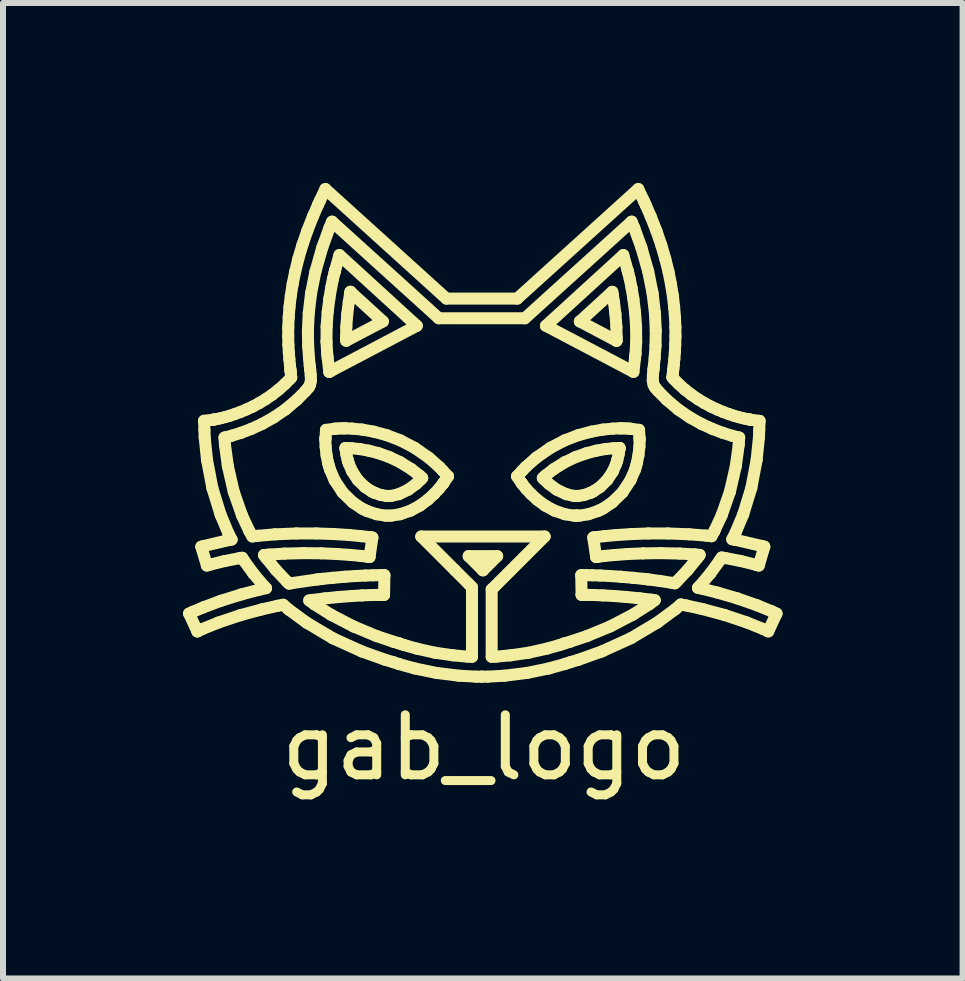
<source format=kicad_pcb>
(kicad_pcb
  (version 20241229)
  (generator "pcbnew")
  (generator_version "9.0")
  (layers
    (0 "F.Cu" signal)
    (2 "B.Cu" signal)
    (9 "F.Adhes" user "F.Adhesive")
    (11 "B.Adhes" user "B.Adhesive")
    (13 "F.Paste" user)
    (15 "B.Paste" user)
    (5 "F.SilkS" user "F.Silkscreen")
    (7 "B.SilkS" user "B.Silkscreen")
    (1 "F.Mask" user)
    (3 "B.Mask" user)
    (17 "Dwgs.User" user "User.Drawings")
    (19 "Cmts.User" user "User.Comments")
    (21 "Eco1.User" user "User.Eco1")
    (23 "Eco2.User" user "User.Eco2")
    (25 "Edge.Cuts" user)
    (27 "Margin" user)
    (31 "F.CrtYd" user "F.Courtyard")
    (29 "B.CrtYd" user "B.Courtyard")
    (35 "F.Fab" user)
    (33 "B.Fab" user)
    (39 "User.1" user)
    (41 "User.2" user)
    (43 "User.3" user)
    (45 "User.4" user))
  (footprint "gab_logo"
    (layer "F.Cu")
    (at 5.012 4.96)
    (property "Reference" "gab_logo" (at 0 4.445 0) (layer "F.SilkS") (effects (font (size 1 1) (thickness 0.15))))
    (attr through_hole)
    (fp_line (start -4.912 2.213) (end -4.773 2.51) (stroke (width 0.2) (type solid)) (layer "F.SilkS"))
    (fp_line (start -4.853 2.185) (end -4.912 2.213) (stroke (width 0.2) (type solid)) (layer "F.SilkS"))
    (fp_line (start -4.773 2.51) (end -4.773 2.51) (stroke (width 0.2) (type solid)) (layer "F.SilkS"))
    (fp_line (start -4.773 2.51) (end -4.687 2.469) (stroke (width 0.2) (type solid)) (layer "F.SilkS"))
    (fp_line (start -4.708 1.099) (end -4.615 1.413) (stroke (width 0.2) (type solid)) (layer "F.SilkS"))
    (fp_line (start -4.687 2.469) (end -4.422 2.362) (stroke (width 0.2) (type solid)) (layer "F.SilkS"))
    (fp_line (start -4.673 2.109) (end -4.853 2.185) (stroke (width 0.2) (type solid)) (layer "F.SilkS"))
    (fp_line (start -4.667 1.087) (end -4.708 1.099) (stroke (width 0.2) (type solid)) (layer "F.SilkS"))
    (fp_line (start -4.662 -0.999) (end -4.656 -0.848) (stroke (width 0.2) (type solid)) (layer "F.SilkS"))
    (fp_line (start -4.656 -0.848) (end -4.652 -0.723) (stroke (width 0.2) (type solid)) (layer "F.SilkS"))
    (fp_line (start -4.652 -0.723) (end -4.613 -0.348) (stroke (width 0.2) (type solid)) (layer "F.SilkS"))
    (fp_line (start -4.615 1.413) (end -4.567 1.399) (stroke (width 0.2) (type solid)) (layer "F.SilkS"))
    (fp_line (start -4.613 -0.348) (end -4.523 0.124) (stroke (width 0.2) (type solid)) (layer "F.SilkS"))
    (fp_line (start -4.567 1.399) (end -4.324 1.339) (stroke (width 0.2) (type solid)) (layer "F.SilkS"))
    (fp_line (start -4.523 0.124) (end -4.386 0.567) (stroke (width 0.2) (type solid)) (layer "F.SilkS"))
    (fp_line (start -4.513 -1.017) (end -4.662 -0.999) (stroke (width 0.2) (type solid)) (layer "F.SilkS"))
    (fp_line (start -4.511 -1.017) (end -4.513 -1.017) (stroke (width 0.2) (type solid)) (layer "F.SilkS"))
    (fp_line (start -4.503 -1.019) (end -4.511 -1.017) (stroke (width 0.2) (type solid)) (layer "F.SilkS"))
    (fp_line (start -4.476 -1.023) (end -4.503 -1.019) (stroke (width 0.2) (type solid)) (layer "F.SilkS"))
    (fp_line (start -4.435 -1.031) (end -4.476 -1.023) (stroke (width 0.2) (type solid)) (layer "F.SilkS"))
    (fp_line (start -4.422 2.362) (end -4.061 2.241) (stroke (width 0.2) (type solid)) (layer "F.SilkS"))
    (fp_line (start -4.386 0.567) (end -4.255 0.88) (stroke (width 0.2) (type solid)) (layer "F.SilkS"))
    (fp_line (start -4.381 2) (end -4.673 2.109) (stroke (width 0.2) (type solid)) (layer "F.SilkS"))
    (fp_line (start -4.381 -1.043) (end -4.435 -1.031) (stroke (width 0.2) (type solid)) (layer "F.SilkS"))
    (fp_line (start -4.324 1.339) (end -4.077 1.291) (stroke (width 0.2) (type solid)) (layer "F.SilkS"))
    (fp_line (start -4.322 -0.72) (end -4.291 -0.727) (stroke (width 0.2) (type solid)) (layer "F.SilkS"))
    (fp_line (start -4.314 -1.06) (end -4.381 -1.043) (stroke (width 0.2) (type solid)) (layer "F.SilkS"))
    (fp_line (start -4.314 -0.601) (end -4.322 -0.72) (stroke (width 0.2) (type solid)) (layer "F.SilkS"))
    (fp_line (start -4.291 -0.727) (end -4.199 -0.751) (stroke (width 0.2) (type solid)) (layer "F.SilkS"))
    (fp_line (start -4.266 -0.246) (end -4.314 -0.601) (stroke (width 0.2) (type solid)) (layer "F.SilkS"))
    (fp_line (start -4.255 0.88) (end -4.203 0.98) (stroke (width 0.2) (type solid)) (layer "F.SilkS"))
    (fp_line (start -4.246 0.988) (end -4.667 1.087) (stroke (width 0.2) (type solid)) (layer "F.SilkS"))
    (fp_line (start -4.237 -1.082) (end -4.314 -1.06) (stroke (width 0.2) (type solid)) (layer "F.SilkS"))
    (fp_line (start -4.203 0.98) (end -4.246 0.988) (stroke (width 0.2) (type solid)) (layer "F.SilkS"))
    (fp_line (start -4.199 -0.751) (end -4.049 -0.798) (stroke (width 0.2) (type solid)) (layer "F.SilkS"))
    (fp_line (start -4.167 0.185) (end -4.266 -0.246) (stroke (width 0.2) (type solid)) (layer "F.SilkS"))
    (fp_line (start -4.151 -1.111) (end -4.237 -1.082) (stroke (width 0.2) (type solid)) (layer "F.SilkS"))
    (fp_line (start -4.077 1.291) (end -4.027 1.283) (stroke (width 0.2) (type solid)) (layer "F.SilkS"))
    (fp_line (start -4.061 2.241) (end -3.699 2.143) (stroke (width 0.2) (type solid)) (layer "F.SilkS"))
    (fp_line (start -4.057 -1.145) (end -4.151 -1.111) (stroke (width 0.2) (type solid)) (layer "F.SilkS"))
    (fp_line (start -4.049 -0.798) (end -3.879 -0.862) (stroke (width 0.2) (type solid)) (layer "F.SilkS"))
    (fp_line (start -4.034 1.892) (end -4.381 2) (stroke (width 0.2) (type solid)) (layer "F.SilkS"))
    (fp_line (start -4.03 0.576) (end -4.167 0.185) (stroke (width 0.2) (type solid)) (layer "F.SilkS"))
    (fp_line (start -4.027 1.283) (end -3.998 1.328) (stroke (width 0.2) (type solid)) (layer "F.SilkS"))
    (fp_line (start -3.998 1.328) (end -3.841 1.545) (stroke (width 0.2) (type solid)) (layer "F.SilkS"))
    (fp_line (start -3.957 -1.187) (end -4.057 -1.145) (stroke (width 0.2) (type solid)) (layer "F.SilkS"))
    (fp_line (start -3.906 0.843) (end -4.03 0.576) (stroke (width 0.2) (type solid)) (layer "F.SilkS"))
    (fp_line (start -3.879 -0.862) (end -3.694 -0.947) (stroke (width 0.2) (type solid)) (layer "F.SilkS"))
    (fp_line (start -3.858 0.928) (end -3.906 0.843) (stroke (width 0.2) (type solid)) (layer "F.SilkS"))
    (fp_line (start -3.853 -1.235) (end -3.957 -1.187) (stroke (width 0.2) (type solid)) (layer "F.SilkS"))
    (fp_line (start -3.841 1.545) (end -3.667 1.751) (stroke (width 0.2) (type solid)) (layer "F.SilkS"))
    (fp_line (start -3.765 0.917) (end -3.858 0.928) (stroke (width 0.2) (type solid)) (layer "F.SilkS"))
    (fp_line (start -3.745 -1.293) (end -3.853 -1.235) (stroke (width 0.2) (type solid)) (layer "F.SilkS"))
    (fp_line (start -3.732 1.813) (end -4.034 1.892) (stroke (width 0.2) (type solid)) (layer "F.SilkS"))
    (fp_line (start -3.699 2.143) (end -3.433 2.083) (stroke (width 0.2) (type solid)) (layer "F.SilkS"))
    (fp_line (start -3.694 -0.947) (end -3.501 -1.055) (stroke (width 0.2) (type solid)) (layer "F.SilkS"))
    (fp_line (start -3.667 1.751) (end -3.63 1.79) (stroke (width 0.2) (type solid)) (layer "F.SilkS"))
    (fp_line (start -3.661 1.238) (end -3.661 1.238) (stroke (width 0.2) (type solid)) (layer "F.SilkS"))
    (fp_line (start -3.661 1.238) (end -3.577 1.23) (stroke (width 0.2) (type solid)) (layer "F.SilkS"))
    (fp_line (start -3.636 -1.359) (end -3.745 -1.293) (stroke (width 0.2) (type solid)) (layer "F.SilkS"))
    (fp_line (start -3.63 1.79) (end -3.732 1.813) (stroke (width 0.2) (type solid)) (layer "F.SilkS"))
    (fp_line (start -3.63 1.282) (end -3.661 1.238) (stroke (width 0.2) (type solid)) (layer "F.SilkS"))
    (fp_line (start -3.577 1.23) (end -3.322 1.214) (stroke (width 0.2) (type solid)) (layer "F.SilkS"))
    (fp_line (start -3.526 -1.434) (end -3.636 -1.359) (stroke (width 0.2) (type solid)) (layer "F.SilkS"))
    (fp_line (start -3.501 -1.055) (end -3.305 -1.189) (stroke (width 0.2) (type solid)) (layer "F.SilkS"))
    (fp_line (start -3.483 0.893) (end -3.765 0.917) (stroke (width 0.2) (type solid)) (layer "F.SilkS"))
    (fp_line (start -3.462 1.489) (end -3.63 1.282) (stroke (width 0.2) (type solid)) (layer "F.SilkS"))
    (fp_line (start -3.433 2.083) (end -3.344 2.066) (stroke (width 0.2) (type solid)) (layer "F.SilkS"))
    (fp_line (start -3.418 -1.519) (end -3.526 -1.434) (stroke (width 0.2) (type solid)) (layer "F.SilkS"))
    (fp_line (start -3.344 2.066) (end -3.251 2.146) (stroke (width 0.2) (type solid)) (layer "F.SilkS"))
    (fp_line (start -3.322 1.214) (end -3.001 1.206) (stroke (width 0.2) (type solid)) (layer "F.SilkS"))
    (fp_line (start -3.312 -1.614) (end -3.418 -1.519) (stroke (width 0.2) (type solid)) (layer "F.SilkS"))
    (fp_line (start -3.305 -1.189) (end -3.112 -1.352) (stroke (width 0.2) (type solid)) (layer "F.SilkS"))
    (fp_line (start -3.282 1.679) (end -3.462 1.489) (stroke (width 0.2) (type solid)) (layer "F.SilkS"))
    (fp_line (start -3.26 -2.407) (end -3.257 -2.267) (stroke (width 0.2) (type solid)) (layer "F.SilkS"))
    (fp_line (start -3.259 -2.558) (end -3.26 -2.407) (stroke (width 0.2) (type solid)) (layer "F.SilkS"))
    (fp_line (start -3.257 -2.267) (end -3.25 -2.14) (stroke (width 0.2) (type solid)) (layer "F.SilkS"))
    (fp_line (start -3.252 -2.721) (end -3.259 -2.558) (stroke (width 0.2) (type solid)) (layer "F.SilkS"))
    (fp_line (start -3.251 2.146) (end -2.952 2.365) (stroke (width 0.2) (type solid)) (layer "F.SilkS"))
    (fp_line (start -3.25 -2.14) (end -3.241 -2.026) (stroke (width 0.2) (type solid)) (layer "F.SilkS"))
    (fp_line (start -3.244 1.714) (end -3.282 1.679) (stroke (width 0.2) (type solid)) (layer "F.SilkS"))
    (fp_line (start -3.241 -2.026) (end -3.231 -1.925) (stroke (width 0.2) (type solid)) (layer "F.SilkS"))
    (fp_line (start -3.239 -2.895) (end -3.252 -2.721) (stroke (width 0.2) (type solid)) (layer "F.SilkS"))
    (fp_line (start -3.234 -1.693) (end -3.312 -1.614) (stroke (width 0.2) (type solid)) (layer "F.SilkS"))
    (fp_line (start -3.231 -1.925) (end -3.224 -1.859) (stroke (width 0.2) (type solid)) (layer "F.SilkS"))
    (fp_line (start -3.224 -1.859) (end -3.222 -1.837) (stroke (width 0.2) (type solid)) (layer "F.SilkS"))
    (fp_line (start -3.222 -1.837) (end -3.221 -1.826) (stroke (width 0.2) (type solid)) (layer "F.SilkS"))
    (fp_line (start -3.221 -1.826) (end -3.215 -1.774) (stroke (width 0.2) (type solid)) (layer "F.SilkS"))
    (fp_line (start -3.217 -3.081) (end -3.239 -2.895) (stroke (width 0.2) (type solid)) (layer "F.SilkS"))
    (fp_line (start -3.215 -1.774) (end -3.211 -1.728) (stroke (width 0.2) (type solid)) (layer "F.SilkS"))
    (fp_line (start -3.211 -1.728) (end -3.21 -1.721) (stroke (width 0.2) (type solid)) (layer "F.SilkS"))
    (fp_line (start -3.21 -1.721) (end -3.234 -1.693) (stroke (width 0.2) (type solid)) (layer "F.SilkS"))
    (fp_line (start -3.205 1.707) (end -3.244 1.714) (stroke (width 0.2) (type solid)) (layer "F.SilkS"))
    (fp_line (start -3.186 -3.277) (end -3.217 -3.081) (stroke (width 0.2) (type solid)) (layer "F.SilkS"))
    (fp_line (start -3.144 -3.483) (end -3.186 -3.277) (stroke (width 0.2) (type solid)) (layer "F.SilkS"))
    (fp_line (start -3.124 0.878) (end -3.483 0.893) (stroke (width 0.2) (type solid)) (layer "F.SilkS"))
    (fp_line (start -3.112 -1.352) (end -2.971 -1.495) (stroke (width 0.2) (type solid)) (layer "F.SilkS"))
    (fp_line (start -3.091 -3.7) (end -3.144 -3.483) (stroke (width 0.2) (type solid)) (layer "F.SilkS"))
    (fp_line (start -3.024 -3.926) (end -3.091 -3.7) (stroke (width 0.2) (type solid)) (layer "F.SilkS"))
    (fp_line (start -3.001 1.206) (end -2.705 1.209) (stroke (width 0.2) (type solid)) (layer "F.SilkS"))
    (fp_line (start -2.971 -1.495) (end -2.928 -1.546) (stroke (width 0.2) (type solid)) (layer "F.SilkS"))
    (fp_line (start -2.952 2.365) (end -2.515 2.625) (stroke (width 0.2) (type solid)) (layer "F.SilkS"))
    (fp_line (start -2.943 -4.162) (end -3.024 -3.926) (stroke (width 0.2) (type solid)) (layer "F.SilkS"))
    (fp_line (start -2.932 -2.502) (end -2.918 -2.794) (stroke (width 0.2) (type solid)) (layer "F.SilkS"))
    (fp_line (start -2.928 -1.546) (end -2.918 -1.558) (stroke (width 0.2) (type solid)) (layer "F.SilkS"))
    (fp_line (start -2.928 -2.25) (end -2.932 -2.502) (stroke (width 0.2) (type solid)) (layer "F.SilkS"))
    (fp_line (start -2.918 -2.794) (end -2.879 -3.123) (stroke (width 0.2) (type solid)) (layer "F.SilkS"))
    (fp_line (start -2.918 -1.558) (end -2.895 -1.602) (stroke (width 0.2) (type solid)) (layer "F.SilkS"))
    (fp_line (start -2.913 -2.039) (end -2.928 -2.25) (stroke (width 0.2) (type solid)) (layer "F.SilkS"))
    (fp_line (start -2.91 1.994) (end -2.847 1.985) (stroke (width 0.2) (type solid)) (layer "F.SilkS"))
    (fp_line (start -2.901 -1.914) (end -2.913 -2.039) (stroke (width 0.2) (type solid)) (layer "F.SilkS"))
    (fp_line (start -2.896 -1.873) (end -2.901 -1.914) (stroke (width 0.2) (type solid)) (layer "F.SilkS"))
    (fp_line (start -2.895 -1.602) (end -2.882 -1.67) (stroke (width 0.2) (type solid)) (layer "F.SilkS"))
    (fp_line (start -2.893 -1.844) (end -2.896 -1.873) (stroke (width 0.2) (type solid)) (layer "F.SilkS"))
    (fp_line (start -2.884 -1.758) (end -2.893 -1.844) (stroke (width 0.2) (type solid)) (layer "F.SilkS"))
    (fp_line (start -2.882 -1.67) (end -2.884 -1.758) (stroke (width 0.2) (type solid)) (layer "F.SilkS"))
    (fp_line (start -2.879 -3.123) (end -2.806 -3.488) (stroke (width 0.2) (type solid)) (layer "F.SilkS"))
    (fp_line (start -2.847 -4.406) (end -2.943 -4.162) (stroke (width 0.2) (type solid)) (layer "F.SilkS"))
    (fp_line (start -2.847 1.985) (end -2.655 1.961) (stroke (width 0.2) (type solid)) (layer "F.SilkS"))
    (fp_line (start -2.823 2.059) (end -2.91 1.994) (stroke (width 0.2) (type solid)) (layer "F.SilkS"))
    (fp_line (start -2.806 -3.488) (end -2.692 -3.887) (stroke (width 0.2) (type solid)) (layer "F.SilkS"))
    (fp_line (start -2.792 0.878) (end -3.124 0.878) (stroke (width 0.2) (type solid)) (layer "F.SilkS"))
    (fp_line (start -2.788 1.646) (end -3.205 1.707) (stroke (width 0.2) (type solid)) (layer "F.SilkS"))
    (fp_line (start -2.764 -4.597) (end -2.847 -4.406) (stroke (width 0.2) (type solid)) (layer "F.SilkS"))
    (fp_line (start -2.744 1.641) (end -2.788 1.646) (stroke (width 0.2) (type solid)) (layer "F.SilkS"))
    (fp_line (start -2.735 -4.66) (end -2.764 -4.597) (stroke (width 0.2) (type solid)) (layer "F.SilkS"))
    (fp_line (start -2.705 1.209) (end -2.443 1.221) (stroke (width 0.2) (type solid)) (layer "F.SilkS"))
    (fp_line (start -2.692 -3.887) (end -2.574 -4.212) (stroke (width 0.2) (type solid)) (layer "F.SilkS"))
    (fp_line (start -2.688 1.634) (end -2.744 1.641) (stroke (width 0.2) (type solid)) (layer "F.SilkS"))
    (fp_line (start -2.655 1.961) (end -2.421 1.937) (stroke (width 0.2) (type solid)) (layer "F.SilkS"))
    (fp_line (start -2.641 -4.86) (end -2.735 -4.66) (stroke (width 0.2) (type solid)) (layer "F.SilkS"))
    (fp_line (start -2.641 -0.672) (end -2.637 -0.57) (stroke (width 0.2) (type solid)) (layer "F.SilkS"))
    (fp_line (start -2.639 -0.712) (end -2.641 -0.672) (stroke (width 0.2) (type solid)) (layer "F.SilkS"))
    (fp_line (start -2.639 -0.714) (end -2.639 -0.712) (stroke (width 0.2) (type solid)) (layer "F.SilkS"))
    (fp_line (start -2.637 -0.57) (end -2.621 -0.423) (stroke (width 0.2) (type solid)) (layer "F.SilkS"))
    (fp_line (start -2.63 -0.848) (end -2.639 -0.714) (stroke (width 0.2) (type solid)) (layer "F.SilkS"))
    (fp_line (start -2.622 -2.315) (end -2.611 -2.117) (stroke (width 0.2) (type solid)) (layer "F.SilkS"))
    (fp_line (start -2.621 -0.423) (end -2.594 -0.29) (stroke (width 0.2) (type solid)) (layer "F.SilkS"))
    (fp_line (start -2.62 -2.572) (end -2.622 -2.315) (stroke (width 0.2) (type solid)) (layer "F.SilkS"))
    (fp_line (start -2.611 -2.117) (end -2.603 -2.051) (stroke (width 0.2) (type solid)) (layer "F.SilkS"))
    (fp_line (start -2.603 -2.051) (end -2.576 -1.814) (stroke (width 0.2) (type solid)) (layer "F.SilkS"))
    (fp_line (start -2.602 -2.813) (end -2.62 -2.572) (stroke (width 0.2) (type solid)) (layer "F.SilkS"))
    (fp_line (start -2.594 -0.29) (end -2.581 -0.246) (stroke (width 0.2) (type solid)) (layer "F.SilkS"))
    (fp_line (start -2.581 -0.246) (end -2.563 -0.185) (stroke (width 0.2) (type solid)) (layer "F.SilkS"))
    (fp_line (start -2.576 -1.814) (end -2.576 -1.814) (stroke (width 0.2) (type solid)) (layer "F.SilkS"))
    (fp_line (start -2.576 -1.814) (end -1.118 -2.582) (stroke (width 0.2) (type solid)) (layer "F.SilkS"))
    (fp_line (start -2.575 -3.031) (end -2.602 -2.813) (stroke (width 0.2) (type solid)) (layer "F.SilkS"))
    (fp_line (start -2.574 -4.212) (end -2.529 -4.317) (stroke (width 0.2) (type solid)) (layer "F.SilkS"))
    (fp_line (start -2.563 -0.185) (end -2.487 -0.008) (stroke (width 0.2) (type solid)) (layer "F.SilkS"))
    (fp_line (start -2.546 2.233) (end -2.823 2.059) (stroke (width 0.2) (type solid)) (layer "F.SilkS"))
    (fp_line (start -2.544 -3.217) (end -2.575 -3.031) (stroke (width 0.2) (type solid)) (layer "F.SilkS"))
    (fp_line (start -2.529 -4.317) (end -0.751 -2.707) (stroke (width 0.2) (type solid)) (layer "F.SilkS"))
    (fp_line (start -2.519 1.617) (end -2.688 1.634) (stroke (width 0.2) (type solid)) (layer "F.SilkS"))
    (fp_line (start -2.515 2.625) (end -2.033 2.844) (stroke (width 0.2) (type solid)) (layer "F.SilkS"))
    (fp_line (start -2.514 -3.364) (end -2.544 -3.217) (stroke (width 0.2) (type solid)) (layer "F.SilkS"))
    (fp_line (start -2.496 -0.865) (end -2.63 -0.848) (stroke (width 0.2) (type solid)) (layer "F.SilkS"))
    (fp_line (start -2.495 0.888) (end -2.792 0.878) (stroke (width 0.2) (type solid)) (layer "F.SilkS"))
    (fp_line (start -2.495 -0.865) (end -2.496 -0.865) (stroke (width 0.2) (type solid)) (layer "F.SilkS"))
    (fp_line (start -2.49 -3.462) (end -2.514 -3.364) (stroke (width 0.2) (type solid)) (layer "F.SilkS"))
    (fp_line (start -2.487 -0.008) (end -2.353 0.195) (stroke (width 0.2) (type solid)) (layer "F.SilkS"))
    (fp_line (start -2.481 -0.867) (end -2.495 -0.865) (stroke (width 0.2) (type solid)) (layer "F.SilkS"))
    (fp_line (start -2.481 -3.496) (end -2.49 -3.462) (stroke (width 0.2) (type solid)) (layer "F.SilkS"))
    (fp_line (start -2.479 -3.504) (end -2.481 -3.496) (stroke (width 0.2) (type solid)) (layer "F.SilkS"))
    (fp_line (start -2.447 -0.87) (end -2.481 -0.867) (stroke (width 0.2) (type solid)) (layer "F.SilkS"))
    (fp_line (start -2.443 1.221) (end -2.223 1.236) (stroke (width 0.2) (type solid)) (layer "F.SilkS"))
    (fp_line (start -2.421 1.937) (end -2.21 1.921) (stroke (width 0.2) (type solid)) (layer "F.SilkS"))
    (fp_line (start -2.407 -3.76) (end -2.479 -3.504) (stroke (width 0.2) (type solid)) (layer "F.SilkS"))
    (fp_line (start -2.396 -0.872) (end -2.447 -0.87) (stroke (width 0.2) (type solid)) (layer "F.SilkS"))
    (fp_line (start -2.353 0.195) (end -2.182 0.362) (stroke (width 0.2) (type solid)) (layer "F.SilkS"))
    (fp_line (start -2.345 -0.873) (end -2.396 -0.872) (stroke (width 0.2) (type solid)) (layer "F.SilkS"))
    (fp_line (start -2.328 -0.873) (end -2.345 -0.873) (stroke (width 0.2) (type solid)) (layer "F.SilkS"))
    (fp_line (start -2.314 1.599) (end -2.519 1.617) (stroke (width 0.2) (type solid)) (layer "F.SilkS"))
    (fp_line (start -2.307 -0.546) (end -2.28 -0.545) (stroke (width 0.2) (type solid)) (layer "F.SilkS"))
    (fp_line (start -2.305 -0.53) (end -2.307 -0.546) (stroke (width 0.2) (type solid)) (layer "F.SilkS"))
    (fp_line (start -2.296 -2.39) (end -2.292 -2.562) (stroke (width 0.2) (type solid)) (layer "F.SilkS"))
    (fp_line (start -2.295 -0.873) (end -2.328 -0.873) (stroke (width 0.2) (type solid)) (layer "F.SilkS"))
    (fp_line (start -2.294 -2.332) (end -2.296 -2.39) (stroke (width 0.2) (type solid)) (layer "F.SilkS"))
    (fp_line (start -2.292 -2.562) (end -2.276 -2.78) (stroke (width 0.2) (type solid)) (layer "F.SilkS"))
    (fp_line (start -2.292 -0.444) (end -2.305 -0.53) (stroke (width 0.2) (type solid)) (layer "F.SilkS"))
    (fp_line (start -2.28 -0.545) (end -2.2 -0.541) (stroke (width 0.2) (type solid)) (layer "F.SilkS"))
    (fp_line (start -2.276 -2.78) (end -2.251 -2.978) (stroke (width 0.2) (type solid)) (layer "F.SilkS"))
    (fp_line (start -2.27 -0.348) (end -2.292 -0.444) (stroke (width 0.2) (type solid)) (layer "F.SilkS"))
    (fp_line (start -2.264 -0.328) (end -2.27 -0.348) (stroke (width 0.2) (type solid)) (layer "F.SilkS"))
    (fp_line (start -2.264 -0.328) (end -2.264 -0.328) (stroke (width 0.2) (type solid)) (layer "F.SilkS"))
    (fp_line (start -2.251 -2.978) (end -2.231 -3.105) (stroke (width 0.2) (type solid)) (layer "F.SilkS"))
    (fp_line (start -2.25 -0.284) (end -2.264 -0.328) (stroke (width 0.2) (type solid)) (layer "F.SilkS"))
    (fp_line (start -2.244 0.904) (end -2.495 0.888) (stroke (width 0.2) (type solid)) (layer "F.SilkS"))
    (fp_line (start -2.231 -3.105) (end -2.223 -3.148) (stroke (width 0.2) (type solid)) (layer "F.SilkS"))
    (fp_line (start -2.223 1.236) (end -2.055 1.252) (stroke (width 0.2) (type solid)) (layer "F.SilkS"))
    (fp_line (start -2.223 -3.148) (end -2.223 -3.148) (stroke (width 0.2) (type solid)) (layer "F.SilkS"))
    (fp_line (start -2.223 -3.148) (end -1.683 -2.654) (stroke (width 0.2) (type solid)) (layer "F.SilkS"))
    (fp_line (start -2.21 1.921) (end -2.027 1.91) (stroke (width 0.2) (type solid)) (layer "F.SilkS"))
    (fp_line (start -2.2 -0.541) (end -2.069 -0.528) (stroke (width 0.2) (type solid)) (layer "F.SilkS"))
    (fp_line (start -2.197 -0.869) (end -2.295 -0.873) (stroke (width 0.2) (type solid)) (layer "F.SilkS"))
    (fp_line (start -2.195 -0.157) (end -2.25 -0.284) (stroke (width 0.2) (type solid)) (layer "F.SilkS"))
    (fp_line (start -2.182 0.362) (end -2.03 0.464) (stroke (width 0.2) (type solid)) (layer "F.SilkS"))
    (fp_line (start -2.169 2.429) (end -2.546 2.233) (stroke (width 0.2) (type solid)) (layer "F.SilkS"))
    (fp_line (start -2.131 1.587) (end -2.314 1.599) (stroke (width 0.2) (type solid)) (layer "F.SilkS"))
    (fp_line (start -2.1 -0.013) (end -2.195 -0.157) (stroke (width 0.2) (type solid)) (layer "F.SilkS"))
    (fp_line (start -2.069 -0.528) (end -1.918 -0.501) (stroke (width 0.2) (type solid)) (layer "F.SilkS"))
    (fp_line (start -2.055 1.252) (end -1.946 1.265) (stroke (width 0.2) (type solid)) (layer "F.SilkS"))
    (fp_line (start -2.048 0.923) (end -2.244 0.904) (stroke (width 0.2) (type solid)) (layer "F.SilkS"))
    (fp_line (start -2.033 2.844) (end -1.641 2.984) (stroke (width 0.2) (type solid)) (layer "F.SilkS"))
    (fp_line (start -2.031 -0.853) (end -2.197 -0.869) (stroke (width 0.2) (type solid)) (layer "F.SilkS"))
    (fp_line (start -2.03 0.464) (end -1.976 0.49) (stroke (width 0.2) (type solid)) (layer "F.SilkS"))
    (fp_line (start -2.027 1.91) (end -1.877 1.904) (stroke (width 0.2) (type solid)) (layer "F.SilkS"))
    (fp_line (start -1.98 0.105) (end -2.1 -0.013) (stroke (width 0.2) (type solid)) (layer "F.SilkS"))
    (fp_line (start -1.976 0.49) (end -1.945 0.505) (stroke (width 0.2) (type solid)) (layer "F.SilkS"))
    (fp_line (start -1.974 1.579) (end -2.131 1.587) (stroke (width 0.2) (type solid)) (layer "F.SilkS"))
    (fp_line (start -1.946 1.265) (end -1.908 1.27) (stroke (width 0.2) (type solid)) (layer "F.SilkS"))
    (fp_line (start -1.945 0.505) (end -1.786 0.558) (stroke (width 0.2) (type solid)) (layer "F.SilkS"))
    (fp_line (start -1.918 -0.501) (end -1.752 -0.458) (stroke (width 0.2) (type solid)) (layer "F.SilkS"))
    (fp_line (start -1.916 0.938) (end -2.048 0.923) (stroke (width 0.2) (type solid)) (layer "F.SilkS"))
    (fp_line (start -1.908 1.27) (end -1.905 1.27) (stroke (width 0.2) (type solid)) (layer "F.SilkS"))
    (fp_line (start -1.905 1.27) (end -1.857 0.946) (stroke (width 0.2) (type solid)) (layer "F.SilkS"))
    (fp_line (start -1.877 1.904) (end -1.764 1.902) (stroke (width 0.2) (type solid)) (layer "F.SilkS"))
    (fp_line (start -1.872 0.176) (end -1.98 0.105) (stroke (width 0.2) (type solid)) (layer "F.SilkS"))
    (fp_line (start -1.87 0.944) (end -1.916 0.938) (stroke (width 0.2) (type solid)) (layer "F.SilkS"))
    (fp_line (start -1.857 0.946) (end -1.87 0.944) (stroke (width 0.2) (type solid)) (layer "F.SilkS"))
    (fp_line (start -1.845 1.575) (end -1.974 1.579) (stroke (width 0.2) (type solid)) (layer "F.SilkS"))
    (fp_line (start -1.836 -0.818) (end -2.031 -0.853) (stroke (width 0.2) (type solid)) (layer "F.SilkS"))
    (fp_line (start -1.834 0.195) (end -1.872 0.176) (stroke (width 0.2) (type solid)) (layer "F.SilkS"))
    (fp_line (start -1.814 0.204) (end -1.834 0.195) (stroke (width 0.2) (type solid)) (layer "F.SilkS"))
    (fp_line (start -1.789 2.587) (end -2.169 2.429) (stroke (width 0.2) (type solid)) (layer "F.SilkS"))
    (fp_line (start -1.786 0.558) (end -1.64 0.581) (stroke (width 0.2) (type solid)) (layer "F.SilkS"))
    (fp_line (start -1.764 1.902) (end -1.691 1.901) (stroke (width 0.2) (type solid)) (layer "F.SilkS"))
    (fp_line (start -1.752 -0.458) (end -1.575 -0.395) (stroke (width 0.2) (type solid)) (layer "F.SilkS"))
    (fp_line (start -1.747 1.574) (end -1.845 1.575) (stroke (width 0.2) (type solid)) (layer "F.SilkS"))
    (fp_line (start -1.713 0.238) (end -1.814 0.204) (stroke (width 0.2) (type solid)) (layer "F.SilkS"))
    (fp_line (start -1.691 1.901) (end -1.666 1.901) (stroke (width 0.2) (type solid)) (layer "F.SilkS"))
    (fp_line (start -1.684 1.573) (end -1.747 1.574) (stroke (width 0.2) (type solid)) (layer "F.SilkS"))
    (fp_line (start -1.683 -2.654) (end -2.294 -2.332) (stroke (width 0.2) (type solid)) (layer "F.SilkS"))
    (fp_line (start -1.666 1.901) (end -1.663 1.901) (stroke (width 0.2) (type solid)) (layer "F.SilkS"))
    (fp_line (start -1.663 1.901) (end -1.657 1.574) (stroke (width 0.2) (type solid)) (layer "F.SilkS"))
    (fp_line (start -1.662 1.574) (end -1.684 1.573) (stroke (width 0.2) (type solid)) (layer "F.SilkS"))
    (fp_line (start -1.657 1.574) (end -1.662 1.574) (stroke (width 0.2) (type solid)) (layer "F.SilkS"))
    (fp_line (start -1.641 2.984) (end -1.508 3.023) (stroke (width 0.2) (type solid)) (layer "F.SilkS"))
    (fp_line (start -1.64 0.581) (end -1.592 0.581) (stroke (width 0.2) (type solid)) (layer "F.SilkS"))
    (fp_line (start -1.622 0.253) (end -1.713 0.238) (stroke (width 0.2) (type solid)) (layer "F.SilkS"))
    (fp_line (start -1.62 -0.76) (end -1.836 -0.818) (stroke (width 0.2) (type solid)) (layer "F.SilkS"))
    (fp_line (start -1.592 0.253) (end -1.622 0.253) (stroke (width 0.2) (type solid)) (layer "F.SilkS"))
    (fp_line (start -1.592 0.581) (end -1.543 0.581) (stroke (width 0.2) (type solid)) (layer "F.SilkS"))
    (fp_line (start -1.575 -0.395) (end -1.393 -0.308) (stroke (width 0.2) (type solid)) (layer "F.SilkS"))
    (fp_line (start -1.547 0.253) (end -1.592 0.253) (stroke (width 0.2) (type solid)) (layer "F.SilkS"))
    (fp_line (start -1.543 0.581) (end -1.397 0.558) (stroke (width 0.2) (type solid)) (layer "F.SilkS"))
    (fp_line (start -1.508 2.682) (end -1.789 2.587) (stroke (width 0.2) (type solid)) (layer "F.SilkS"))
    (fp_line (start -1.508 3.023) (end -1.42 3.052) (stroke (width 0.2) (type solid)) (layer "F.SilkS"))
    (fp_line (start -1.42 3.052) (end -1.153 3.127) (stroke (width 0.2) (type solid)) (layer "F.SilkS"))
    (fp_line (start -1.415 0.223) (end -1.547 0.253) (stroke (width 0.2) (type solid)) (layer "F.SilkS"))
    (fp_line (start -1.414 2.709) (end -1.508 2.682) (stroke (width 0.2) (type solid)) (layer "F.SilkS"))
    (fp_line (start -1.406 2.711) (end -1.414 2.709) (stroke (width 0.2) (type solid)) (layer "F.SilkS"))
    (fp_line (start -1.397 0.558) (end -1.221 0.498) (stroke (width 0.2) (type solid)) (layer "F.SilkS"))
    (fp_line (start -1.393 -0.308) (end -1.208 -0.193) (stroke (width 0.2) (type solid)) (layer "F.SilkS"))
    (fp_line (start -1.39 -0.672) (end -1.62 -0.76) (stroke (width 0.2) (type solid)) (layer "F.SilkS"))
    (fp_line (start -1.334 2.736) (end -1.406 2.711) (stroke (width 0.2) (type solid)) (layer "F.SilkS"))
    (fp_line (start -1.258 0.148) (end -1.415 0.223) (stroke (width 0.2) (type solid)) (layer "F.SilkS"))
    (fp_line (start -1.221 0.498) (end -1.066 0.414) (stroke (width 0.2) (type solid)) (layer "F.SilkS"))
    (fp_line (start -1.208 -0.193) (end -1.07 -0.086) (stroke (width 0.2) (type solid)) (layer "F.SilkS"))
    (fp_line (start -1.153 -0.548) (end -1.39 -0.672) (stroke (width 0.2) (type solid)) (layer "F.SilkS"))
    (fp_line (start -1.153 3.127) (end -0.788 3.202) (stroke (width 0.2) (type solid)) (layer "F.SilkS"))
    (fp_line (start -1.127 0.051) (end -1.258 0.148) (stroke (width 0.2) (type solid)) (layer "F.SilkS"))
    (fp_line (start -1.118 -2.582) (end -2.407 -3.76) (stroke (width 0.2) (type solid)) (layer "F.SilkS"))
    (fp_line (start -1.114 2.798) (end -1.334 2.736) (stroke (width 0.2) (type solid)) (layer "F.SilkS"))
    (fp_line (start -1.07 -0.086) (end -1.027 -0.046) (stroke (width 0.2) (type solid)) (layer "F.SilkS"))
    (fp_line (start -1.066 0.414) (end -0.934 0.316) (stroke (width 0.2) (type solid)) (layer "F.SilkS"))
    (fp_line (start -1.051 -0.021) (end -1.127 0.051) (stroke (width 0.2) (type solid)) (layer "F.SilkS"))
    (fp_line (start -1.043 0.929) (end -0.484 1.488) (stroke (width 0.2) (type solid)) (layer "F.SilkS"))
    (fp_line (start -1.027 -0.046) (end -1.051 -0.021) (stroke (width 0.2) (type solid)) (layer "F.SilkS"))
    (fp_line (start -0.934 0.316) (end -0.826 0.217) (stroke (width 0.2) (type solid)) (layer "F.SilkS"))
    (fp_line (start -0.916 -0.383) (end -1.153 -0.548) (stroke (width 0.2) (type solid)) (layer "F.SilkS"))
    (fp_line (start -0.826 0.217) (end -0.745 0.129) (stroke (width 0.2) (type solid)) (layer "F.SilkS"))
    (fp_line (start -0.815 2.865) (end -1.114 2.798) (stroke (width 0.2) (type solid)) (layer "F.SilkS"))
    (fp_line (start -0.788 3.202) (end -0.415 3.248) (stroke (width 0.2) (type solid)) (layer "F.SilkS"))
    (fp_line (start -0.751 -2.707) (end 0.683 -2.707) (stroke (width 0.2) (type solid)) (layer "F.SilkS"))
    (fp_line (start -0.745 0.129) (end -0.693 0.064) (stroke (width 0.2) (type solid)) (layer "F.SilkS"))
    (fp_line (start -0.74 -0.227) (end -0.916 -0.383) (stroke (width 0.2) (type solid)) (layer "F.SilkS"))
    (fp_line (start -0.693 0.064) (end -0.675 0.04) (stroke (width 0.2) (type solid)) (layer "F.SilkS"))
    (fp_line (start -0.687 -0.17) (end -0.74 -0.227) (stroke (width 0.2) (type solid)) (layer "F.SilkS"))
    (fp_line (start -0.675 0.04) (end -0.671 0.034) (stroke (width 0.2) (type solid)) (layer "F.SilkS"))
    (fp_line (start -0.671 0.034) (end -0.671 0.034) (stroke (width 0.2) (type solid)) (layer "F.SilkS"))
    (fp_line (start -0.671 0.034) (end -0.597 -0.074) (stroke (width 0.2) (type solid)) (layer "F.SilkS"))
    (fp_line (start -0.625 -3.035) (end -2.641 -4.86) (stroke (width 0.2) (type solid)) (layer "F.SilkS"))
    (fp_line (start -0.597 -0.074) (end -0.687 -0.17) (stroke (width 0.2) (type solid)) (layer "F.SilkS"))
    (fp_line (start -0.509 2.909) (end -0.815 2.865) (stroke (width 0.2) (type solid)) (layer "F.SilkS"))
    (fp_line (start -0.484 1.488) (end -0.247 1.725) (stroke (width 0.2) (type solid)) (layer "F.SilkS"))
    (fp_line (start -0.415 3.248) (end -0.13 3.264) (stroke (width 0.2) (type solid)) (layer "F.SilkS"))
    (fp_line (start -0.276 2.93) (end -0.509 2.909) (stroke (width 0.2) (type solid)) (layer "F.SilkS"))
    (fp_line (start -0.252 1.256) (end -0.252 1.256) (stroke (width 0.2) (type solid)) (layer "F.SilkS"))
    (fp_line (start -0.252 1.256) (end 0.221 1.256) (stroke (width 0.2) (type solid)) (layer "F.SilkS"))
    (fp_line (start -0.247 1.725) (end -0.198 1.774) (stroke (width 0.2) (type solid)) (layer "F.SilkS"))
    (fp_line (start -0.198 1.774) (end -0.198 2.933) (stroke (width 0.2) (type solid)) (layer "F.SilkS"))
    (fp_line (start -0.198 2.933) (end -0.276 2.93) (stroke (width 0.2) (type solid)) (layer "F.SilkS"))
    (fp_line (start -0.13 3.264) (end -0.035 3.264) (stroke (width 0.2) (type solid)) (layer "F.SilkS"))
    (fp_line (start -0.035 3.264) (end -0.033 3.264) (stroke (width 0.2) (type solid)) (layer "F.SilkS"))
    (fp_line (start -0.033 3.264) (end 0.061 3.264) (stroke (width 0.2) (type solid)) (layer "F.SilkS"))
    (fp_line (start -0.016 1.493) (end -0.252 1.256) (stroke (width 0.2) (type solid)) (layer "F.SilkS"))
    (fp_line (start 0.061 3.264) (end 0.346 3.248) (stroke (width 0.2) (type solid)) (layer "F.SilkS"))
    (fp_line (start 0.13 1.811) (end 1.012 0.929) (stroke (width 0.2) (type solid)) (layer "F.SilkS"))
    (fp_line (start 0.13 2.933) (end 0.13 1.811) (stroke (width 0.2) (type solid)) (layer "F.SilkS"))
    (fp_line (start 0.208 2.93) (end 0.13 2.933) (stroke (width 0.2) (type solid)) (layer "F.SilkS"))
    (fp_line (start 0.221 1.256) (end -0.016 1.493) (stroke (width 0.2) (type solid)) (layer "F.SilkS"))
    (fp_line (start 0.346 3.248) (end 0.719 3.202) (stroke (width 0.2) (type solid)) (layer "F.SilkS"))
    (fp_line (start 0.441 2.909) (end 0.208 2.93) (stroke (width 0.2) (type solid)) (layer "F.SilkS"))
    (fp_line (start 0.552 -0.074) (end 0.626 0.034) (stroke (width 0.2) (type solid)) (layer "F.SilkS"))
    (fp_line (start 0.556 -3.035) (end -0.625 -3.035) (stroke (width 0.2) (type solid)) (layer "F.SilkS"))
    (fp_line (start 0.626 0.034) (end 0.63 0.04) (stroke (width 0.2) (type solid)) (layer "F.SilkS"))
    (fp_line (start 0.63 0.04) (end 0.648 0.064) (stroke (width 0.2) (type solid)) (layer "F.SilkS"))
    (fp_line (start 0.642 -0.17) (end 0.552 -0.074) (stroke (width 0.2) (type solid)) (layer "F.SilkS"))
    (fp_line (start 0.648 0.064) (end 0.7 0.129) (stroke (width 0.2) (type solid)) (layer "F.SilkS"))
    (fp_line (start 0.683 -2.707) (end 2.461 -4.317) (stroke (width 0.2) (type solid)) (layer "F.SilkS"))
    (fp_line (start 0.695 -0.227) (end 0.642 -0.17) (stroke (width 0.2) (type solid)) (layer "F.SilkS"))
    (fp_line (start 0.7 0.129) (end 0.781 0.217) (stroke (width 0.2) (type solid)) (layer "F.SilkS"))
    (fp_line (start 0.719 3.202) (end 1.084 3.127) (stroke (width 0.2) (type solid)) (layer "F.SilkS"))
    (fp_line (start 0.747 2.865) (end 0.441 2.909) (stroke (width 0.2) (type solid)) (layer "F.SilkS"))
    (fp_line (start 0.781 0.217) (end 0.888 0.316) (stroke (width 0.2) (type solid)) (layer "F.SilkS"))
    (fp_line (start 0.871 -0.383) (end 0.695 -0.227) (stroke (width 0.2) (type solid)) (layer "F.SilkS"))
    (fp_line (start 0.888 0.316) (end 1.021 0.414) (stroke (width 0.2) (type solid)) (layer "F.SilkS"))
    (fp_line (start 0.982 -0.046) (end 1.025 -0.086) (stroke (width 0.2) (type solid)) (layer "F.SilkS"))
    (fp_line (start 1.006 -0.021) (end 0.982 -0.046) (stroke (width 0.2) (type solid)) (layer "F.SilkS"))
    (fp_line (start 1.012 0.929) (end -1.043 0.929) (stroke (width 0.2) (type solid)) (layer "F.SilkS"))
    (fp_line (start 1.021 0.414) (end 1.176 0.498) (stroke (width 0.2) (type solid)) (layer "F.SilkS"))
    (fp_line (start 1.025 -0.086) (end 1.163 -0.193) (stroke (width 0.2) (type solid)) (layer "F.SilkS"))
    (fp_line (start 1.034 -2.582) (end 2.492 -1.814) (stroke (width 0.2) (type solid)) (layer "F.SilkS"))
    (fp_line (start 1.046 2.798) (end 0.747 2.865) (stroke (width 0.2) (type solid)) (layer "F.SilkS"))
    (fp_line (start 1.082 0.051) (end 1.006 -0.021) (stroke (width 0.2) (type solid)) (layer "F.SilkS"))
    (fp_line (start 1.084 3.127) (end 1.352 3.052) (stroke (width 0.2) (type solid)) (layer "F.SilkS"))
    (fp_line (start 1.108 -0.548) (end 0.871 -0.383) (stroke (width 0.2) (type solid)) (layer "F.SilkS"))
    (fp_line (start 1.163 -0.193) (end 1.347 -0.308) (stroke (width 0.2) (type solid)) (layer "F.SilkS"))
    (fp_line (start 1.176 0.498) (end 1.352 0.558) (stroke (width 0.2) (type solid)) (layer "F.SilkS"))
    (fp_line (start 1.213 0.148) (end 1.082 0.051) (stroke (width 0.2) (type solid)) (layer "F.SilkS"))
    (fp_line (start 1.266 2.736) (end 1.046 2.798) (stroke (width 0.2) (type solid)) (layer "F.SilkS"))
    (fp_line (start 1.338 2.711) (end 1.266 2.736) (stroke (width 0.2) (type solid)) (layer "F.SilkS"))
    (fp_line (start 1.345 -0.672) (end 1.108 -0.548) (stroke (width 0.2) (type solid)) (layer "F.SilkS"))
    (fp_line (start 1.345 2.709) (end 1.338 2.711) (stroke (width 0.2) (type solid)) (layer "F.SilkS"))
    (fp_line (start 1.347 -0.308) (end 1.53 -0.395) (stroke (width 0.2) (type solid)) (layer "F.SilkS"))
    (fp_line (start 1.352 0.558) (end 1.498 0.581) (stroke (width 0.2) (type solid)) (layer "F.SilkS"))
    (fp_line (start 1.352 3.052) (end 1.44 3.023) (stroke (width 0.2) (type solid)) (layer "F.SilkS"))
    (fp_line (start 1.37 0.223) (end 1.213 0.148) (stroke (width 0.2) (type solid)) (layer "F.SilkS"))
    (fp_line (start 1.44 3.023) (end 1.573 2.984) (stroke (width 0.2) (type solid)) (layer "F.SilkS"))
    (fp_line (start 1.44 2.681) (end 1.345 2.709) (stroke (width 0.2) (type solid)) (layer "F.SilkS"))
    (fp_line (start 1.498 0.581) (end 1.546 0.581) (stroke (width 0.2) (type solid)) (layer "F.SilkS"))
    (fp_line (start 1.502 0.253) (end 1.37 0.223) (stroke (width 0.2) (type solid)) (layer "F.SilkS"))
    (fp_line (start 1.53 -0.395) (end 1.707 -0.458) (stroke (width 0.2) (type solid)) (layer "F.SilkS"))
    (fp_line (start 1.546 0.253) (end 1.502 0.253) (stroke (width 0.2) (type solid)) (layer "F.SilkS"))
    (fp_line (start 1.546 0.581) (end 1.546 0.581) (stroke (width 0.2) (type solid)) (layer "F.SilkS"))
    (fp_line (start 1.546 0.581) (end 1.546 0.581) (stroke (width 0.2) (type solid)) (layer "F.SilkS"))
    (fp_line (start 1.546 0.581) (end 1.546 0.581) (stroke (width 0.2) (type solid)) (layer "F.SilkS"))
    (fp_line (start 1.546 0.581) (end 1.546 0.581) (stroke (width 0.2) (type solid)) (layer "F.SilkS"))
    (fp_line (start 1.546 0.581) (end 1.595 0.581) (stroke (width 0.2) (type solid)) (layer "F.SilkS"))
    (fp_line (start 1.573 2.984) (end 1.967 2.843) (stroke (width 0.2) (type solid)) (layer "F.SilkS"))
    (fp_line (start 1.575 -0.76) (end 1.345 -0.672) (stroke (width 0.2) (type solid)) (layer "F.SilkS"))
    (fp_line (start 1.577 0.253) (end 1.546 0.253) (stroke (width 0.2) (type solid)) (layer "F.SilkS"))
    (fp_line (start 1.595 0.581) (end 1.74 0.558) (stroke (width 0.2) (type solid)) (layer "F.SilkS"))
    (fp_line (start 1.599 -2.654) (end 2.139 -3.148) (stroke (width 0.2) (type solid)) (layer "F.SilkS"))
    (fp_line (start 1.622 1.574) (end 1.628 1.901) (stroke (width 0.2) (type solid)) (layer "F.SilkS"))
    (fp_line (start 1.627 1.574) (end 1.622 1.574) (stroke (width 0.2) (type solid)) (layer "F.SilkS"))
    (fp_line (start 1.628 1.901) (end 1.63 1.901) (stroke (width 0.2) (type solid)) (layer "F.SilkS"))
    (fp_line (start 1.63 1.901) (end 1.655 1.901) (stroke (width 0.2) (type solid)) (layer "F.SilkS"))
    (fp_line (start 1.648 1.574) (end 1.627 1.574) (stroke (width 0.2) (type solid)) (layer "F.SilkS"))
    (fp_line (start 1.655 1.901) (end 1.725 1.902) (stroke (width 0.2) (type solid)) (layer "F.SilkS"))
    (fp_line (start 1.668 0.238) (end 1.577 0.253) (stroke (width 0.2) (type solid)) (layer "F.SilkS"))
    (fp_line (start 1.707 -0.458) (end 1.873 -0.501) (stroke (width 0.2) (type solid)) (layer "F.SilkS"))
    (fp_line (start 1.712 1.574) (end 1.648 1.574) (stroke (width 0.2) (type solid)) (layer "F.SilkS"))
    (fp_line (start 1.722 2.586) (end 1.44 2.681) (stroke (width 0.2) (type solid)) (layer "F.SilkS"))
    (fp_line (start 1.725 1.902) (end 1.836 1.904) (stroke (width 0.2) (type solid)) (layer "F.SilkS"))
    (fp_line (start 1.74 0.558) (end 1.899 0.505) (stroke (width 0.2) (type solid)) (layer "F.SilkS"))
    (fp_line (start 1.769 0.204) (end 1.668 0.238) (stroke (width 0.2) (type solid)) (layer "F.SilkS"))
    (fp_line (start 1.789 0.195) (end 1.769 0.204) (stroke (width 0.2) (type solid)) (layer "F.SilkS"))
    (fp_line (start 1.791 -0.818) (end 1.575 -0.76) (stroke (width 0.2) (type solid)) (layer "F.SilkS"))
    (fp_line (start 1.809 1.575) (end 1.712 1.574) (stroke (width 0.2) (type solid)) (layer "F.SilkS"))
    (fp_line (start 1.822 0.946) (end 1.87 1.27) (stroke (width 0.2) (type solid)) (layer "F.SilkS"))
    (fp_line (start 1.827 0.176) (end 1.789 0.195) (stroke (width 0.2) (type solid)) (layer "F.SilkS"))
    (fp_line (start 1.834 0.944) (end 1.822 0.946) (stroke (width 0.2) (type solid)) (layer "F.SilkS"))
    (fp_line (start 1.836 1.904) (end 1.982 1.91) (stroke (width 0.2) (type solid)) (layer "F.SilkS"))
    (fp_line (start 1.87 1.27) (end 1.872 1.27) (stroke (width 0.2) (type solid)) (layer "F.SilkS"))
    (fp_line (start 1.872 1.27) (end 1.91 1.265) (stroke (width 0.2) (type solid)) (layer "F.SilkS"))
    (fp_line (start 1.873 -0.501) (end 2.024 -0.528) (stroke (width 0.2) (type solid)) (layer "F.SilkS"))
    (fp_line (start 1.88 0.938) (end 1.834 0.944) (stroke (width 0.2) (type solid)) (layer "F.SilkS"))
    (fp_line (start 1.899 0.505) (end 1.931 0.49) (stroke (width 0.2) (type solid)) (layer "F.SilkS"))
    (fp_line (start 1.91 1.265) (end 2.016 1.252) (stroke (width 0.2) (type solid)) (layer "F.SilkS"))
    (fp_line (start 1.931 0.49) (end 1.985 0.464) (stroke (width 0.2) (type solid)) (layer "F.SilkS"))
    (fp_line (start 1.935 0.105) (end 1.827 0.176) (stroke (width 0.2) (type solid)) (layer "F.SilkS"))
    (fp_line (start 1.938 1.579) (end 1.809 1.575) (stroke (width 0.2) (type solid)) (layer "F.SilkS"))
    (fp_line (start 1.967 2.843) (end 2.451 2.623) (stroke (width 0.2) (type solid)) (layer "F.SilkS"))
    (fp_line (start 1.982 1.91) (end 2.161 1.92) (stroke (width 0.2) (type solid)) (layer "F.SilkS"))
    (fp_line (start 1.985 0.464) (end 2.137 0.362) (stroke (width 0.2) (type solid)) (layer "F.SilkS"))
    (fp_line (start 1.985 -0.853) (end 1.791 -0.818) (stroke (width 0.2) (type solid)) (layer "F.SilkS"))
    (fp_line (start 2.009 0.923) (end 1.88 0.938) (stroke (width 0.2) (type solid)) (layer "F.SilkS"))
    (fp_line (start 2.016 1.252) (end 2.181 1.237) (stroke (width 0.2) (type solid)) (layer "F.SilkS"))
    (fp_line (start 2.024 -0.528) (end 2.155 -0.541) (stroke (width 0.2) (type solid)) (layer "F.SilkS"))
    (fp_line (start 2.055 -0.013) (end 1.935 0.105) (stroke (width 0.2) (type solid)) (layer "F.SilkS"))
    (fp_line (start 2.096 1.587) (end 1.938 1.579) (stroke (width 0.2) (type solid)) (layer "F.SilkS"))
    (fp_line (start 2.104 2.428) (end 1.722 2.586) (stroke (width 0.2) (type solid)) (layer "F.SilkS"))
    (fp_line (start 2.137 0.362) (end 2.308 0.195) (stroke (width 0.2) (type solid)) (layer "F.SilkS"))
    (fp_line (start 2.139 -3.148) (end 2.147 -3.105) (stroke (width 0.2) (type solid)) (layer "F.SilkS"))
    (fp_line (start 2.147 -3.105) (end 2.167 -2.978) (stroke (width 0.2) (type solid)) (layer "F.SilkS"))
    (fp_line (start 2.15 -0.157) (end 2.055 -0.013) (stroke (width 0.2) (type solid)) (layer "F.SilkS"))
    (fp_line (start 2.152 -0.869) (end 1.985 -0.853) (stroke (width 0.2) (type solid)) (layer "F.SilkS"))
    (fp_line (start 2.155 -0.541) (end 2.235 -0.545) (stroke (width 0.2) (type solid)) (layer "F.SilkS"))
    (fp_line (start 2.161 1.92) (end 2.367 1.936) (stroke (width 0.2) (type solid)) (layer "F.SilkS"))
    (fp_line (start 2.167 -2.978) (end 2.192 -2.78) (stroke (width 0.2) (type solid)) (layer "F.SilkS"))
    (fp_line (start 2.181 1.237) (end 2.396 1.221) (stroke (width 0.2) (type solid)) (layer "F.SilkS"))
    (fp_line (start 2.192 -2.78) (end 2.208 -2.563) (stroke (width 0.2) (type solid)) (layer "F.SilkS"))
    (fp_line (start 2.202 0.905) (end 2.009 0.923) (stroke (width 0.2) (type solid)) (layer "F.SilkS"))
    (fp_line (start 2.205 -0.284) (end 2.15 -0.157) (stroke (width 0.2) (type solid)) (layer "F.SilkS"))
    (fp_line (start 2.208 -2.563) (end 2.212 -2.39) (stroke (width 0.2) (type solid)) (layer "F.SilkS"))
    (fp_line (start 2.21 -2.332) (end 1.599 -2.654) (stroke (width 0.2) (type solid)) (layer "F.SilkS"))
    (fp_line (start 2.21 -2.332) (end 2.21 -2.332) (stroke (width 0.2) (type solid)) (layer "F.SilkS"))
    (fp_line (start 2.212 -2.39) (end 2.21 -2.332) (stroke (width 0.2) (type solid)) (layer "F.SilkS"))
    (fp_line (start 2.218 -0.328) (end 2.205 -0.284) (stroke (width 0.2) (type solid)) (layer "F.SilkS"))
    (fp_line (start 2.224 -0.348) (end 2.218 -0.328) (stroke (width 0.2) (type solid)) (layer "F.SilkS"))
    (fp_line (start 2.235 -0.545) (end 2.261 -0.546) (stroke (width 0.2) (type solid)) (layer "F.SilkS"))
    (fp_line (start 2.246 -0.444) (end 2.224 -0.348) (stroke (width 0.2) (type solid)) (layer "F.SilkS"))
    (fp_line (start 2.25 -0.873) (end 2.152 -0.869) (stroke (width 0.2) (type solid)) (layer "F.SilkS"))
    (fp_line (start 2.26 -0.53) (end 2.246 -0.444) (stroke (width 0.2) (type solid)) (layer "F.SilkS"))
    (fp_line (start 2.261 -0.546) (end 2.26 -0.53) (stroke (width 0.2) (type solid)) (layer "F.SilkS"))
    (fp_line (start 2.261 -0.546) (end 2.261 -0.546) (stroke (width 0.2) (type solid)) (layer "F.SilkS"))
    (fp_line (start 2.278 1.599) (end 2.096 1.587) (stroke (width 0.2) (type solid)) (layer "F.SilkS"))
    (fp_line (start 2.283 -0.873) (end 2.25 -0.873) (stroke (width 0.2) (type solid)) (layer "F.SilkS"))
    (fp_line (start 2.3 -0.873) (end 2.283 -0.873) (stroke (width 0.2) (type solid)) (layer "F.SilkS"))
    (fp_line (start 2.308 0.195) (end 2.442 -0.008) (stroke (width 0.2) (type solid)) (layer "F.SilkS"))
    (fp_line (start 2.323 -3.76) (end 1.034 -2.582) (stroke (width 0.2) (type solid)) (layer "F.SilkS"))
    (fp_line (start 2.35 -0.872) (end 2.3 -0.873) (stroke (width 0.2) (type solid)) (layer "F.SilkS"))
    (fp_line (start 2.367 1.936) (end 2.597 1.959) (stroke (width 0.2) (type solid)) (layer "F.SilkS"))
    (fp_line (start 2.395 -3.504) (end 2.323 -3.76) (stroke (width 0.2) (type solid)) (layer "F.SilkS"))
    (fp_line (start 2.396 1.221) (end 2.654 1.21) (stroke (width 0.2) (type solid)) (layer "F.SilkS"))
    (fp_line (start 2.397 -3.496) (end 2.395 -3.504) (stroke (width 0.2) (type solid)) (layer "F.SilkS"))
    (fp_line (start 2.402 -0.87) (end 2.35 -0.872) (stroke (width 0.2) (type solid)) (layer "F.SilkS"))
    (fp_line (start 2.406 -3.462) (end 2.397 -3.496) (stroke (width 0.2) (type solid)) (layer "F.SilkS"))
    (fp_line (start 2.43 -3.364) (end 2.406 -3.462) (stroke (width 0.2) (type solid)) (layer "F.SilkS"))
    (fp_line (start 2.436 -0.867) (end 2.402 -0.87) (stroke (width 0.2) (type solid)) (layer "F.SilkS"))
    (fp_line (start 2.442 -0.008) (end 2.518 -0.185) (stroke (width 0.2) (type solid)) (layer "F.SilkS"))
    (fp_line (start 2.449 0.889) (end 2.202 0.905) (stroke (width 0.2) (type solid)) (layer "F.SilkS"))
    (fp_line (start 2.45 -0.865) (end 2.436 -0.867) (stroke (width 0.2) (type solid)) (layer "F.SilkS"))
    (fp_line (start 2.451 2.623) (end 2.889 2.362) (stroke (width 0.2) (type solid)) (layer "F.SilkS"))
    (fp_line (start 2.451 -0.865) (end 2.45 -0.865) (stroke (width 0.2) (type solid)) (layer "F.SilkS"))
    (fp_line (start 2.46 -3.217) (end 2.43 -3.364) (stroke (width 0.2) (type solid)) (layer "F.SilkS"))
    (fp_line (start 2.461 -4.317) (end 2.506 -4.212) (stroke (width 0.2) (type solid)) (layer "F.SilkS"))
    (fp_line (start 2.482 2.231) (end 2.104 2.428) (stroke (width 0.2) (type solid)) (layer "F.SilkS"))
    (fp_line (start 2.484 1.617) (end 2.278 1.599) (stroke (width 0.2) (type solid)) (layer "F.SilkS"))
    (fp_line (start 2.491 -3.031) (end 2.46 -3.217) (stroke (width 0.2) (type solid)) (layer "F.SilkS"))
    (fp_line (start 2.492 -1.814) (end 2.519 -2.051) (stroke (width 0.2) (type solid)) (layer "F.SilkS"))
    (fp_line (start 2.506 -4.212) (end 2.624 -3.887) (stroke (width 0.2) (type solid)) (layer "F.SilkS"))
    (fp_line (start 2.518 -0.185) (end 2.536 -0.246) (stroke (width 0.2) (type solid)) (layer "F.SilkS"))
    (fp_line (start 2.518 -2.813) (end 2.491 -3.031) (stroke (width 0.2) (type solid)) (layer "F.SilkS"))
    (fp_line (start 2.519 -2.051) (end 2.519 -2.051) (stroke (width 0.2) (type solid)) (layer "F.SilkS"))
    (fp_line (start 2.519 -2.051) (end 2.527 -2.117) (stroke (width 0.2) (type solid)) (layer "F.SilkS"))
    (fp_line (start 2.527 -2.117) (end 2.538 -2.315) (stroke (width 0.2) (type solid)) (layer "F.SilkS"))
    (fp_line (start 2.536 -2.572) (end 2.518 -2.813) (stroke (width 0.2) (type solid)) (layer "F.SilkS"))
    (fp_line (start 2.536 -0.246) (end 2.548 -0.29) (stroke (width 0.2) (type solid)) (layer "F.SilkS"))
    (fp_line (start 2.538 -2.315) (end 2.536 -2.572) (stroke (width 0.2) (type solid)) (layer "F.SilkS"))
    (fp_line (start 2.548 -0.29) (end 2.575 -0.423) (stroke (width 0.2) (type solid)) (layer "F.SilkS"))
    (fp_line (start 2.572 -4.86) (end 0.556 -3.035) (stroke (width 0.2) (type solid)) (layer "F.SilkS"))
    (fp_line (start 2.575 -0.423) (end 2.592 -0.57) (stroke (width 0.2) (type solid)) (layer "F.SilkS"))
    (fp_line (start 2.585 -0.848) (end 2.451 -0.865) (stroke (width 0.2) (type solid)) (layer "F.SilkS"))
    (fp_line (start 2.592 -0.57) (end 2.595 -0.672) (stroke (width 0.2) (type solid)) (layer "F.SilkS"))
    (fp_line (start 2.594 -0.714) (end 2.585 -0.848) (stroke (width 0.2) (type solid)) (layer "F.SilkS"))
    (fp_line (start 2.594 -0.712) (end 2.594 -0.714) (stroke (width 0.2) (type solid)) (layer "F.SilkS"))
    (fp_line (start 2.595 -0.672) (end 2.594 -0.712) (stroke (width 0.2) (type solid)) (layer "F.SilkS"))
    (fp_line (start 2.597 1.959) (end 2.785 1.981) (stroke (width 0.2) (type solid)) (layer "F.SilkS"))
    (fp_line (start 2.624 -3.887) (end 2.738 -3.488) (stroke (width 0.2) (type solid)) (layer "F.SilkS"))
    (fp_line (start 2.653 1.634) (end 2.484 1.617) (stroke (width 0.2) (type solid)) (layer "F.SilkS"))
    (fp_line (start 2.654 1.21) (end 2.945 1.206) (stroke (width 0.2) (type solid)) (layer "F.SilkS"))
    (fp_line (start 2.667 -4.66) (end 2.572 -4.86) (stroke (width 0.2) (type solid)) (layer "F.SilkS"))
    (fp_line (start 2.696 -4.597) (end 2.667 -4.66) (stroke (width 0.2) (type solid)) (layer "F.SilkS"))
    (fp_line (start 2.709 1.641) (end 2.653 1.634) (stroke (width 0.2) (type solid)) (layer "F.SilkS"))
    (fp_line (start 2.738 -3.488) (end 2.811 -3.123) (stroke (width 0.2) (type solid)) (layer "F.SilkS"))
    (fp_line (start 2.74 0.878) (end 2.449 0.889) (stroke (width 0.2) (type solid)) (layer "F.SilkS"))
    (fp_line (start 2.745 1.645) (end 2.709 1.641) (stroke (width 0.2) (type solid)) (layer "F.SilkS"))
    (fp_line (start 2.76 2.055) (end 2.482 2.231) (stroke (width 0.2) (type solid)) (layer "F.SilkS"))
    (fp_line (start 2.779 -4.406) (end 2.696 -4.597) (stroke (width 0.2) (type solid)) (layer "F.SilkS"))
    (fp_line (start 2.785 1.981) (end 2.847 1.99) (stroke (width 0.2) (type solid)) (layer "F.SilkS"))
    (fp_line (start 2.811 -3.123) (end 2.85 -2.794) (stroke (width 0.2) (type solid)) (layer "F.SilkS"))
    (fp_line (start 2.814 -1.67) (end 2.827 -1.602) (stroke (width 0.2) (type solid)) (layer "F.SilkS"))
    (fp_line (start 2.816 -1.758) (end 2.814 -1.67) (stroke (width 0.2) (type solid)) (layer "F.SilkS"))
    (fp_line (start 2.825 -1.844) (end 2.816 -1.758) (stroke (width 0.2) (type solid)) (layer "F.SilkS"))
    (fp_line (start 2.827 -1.602) (end 2.85 -1.558) (stroke (width 0.2) (type solid)) (layer "F.SilkS"))
    (fp_line (start 2.828 -1.873) (end 2.825 -1.844) (stroke (width 0.2) (type solid)) (layer "F.SilkS"))
    (fp_line (start 2.832 -1.914) (end 2.828 -1.873) (stroke (width 0.2) (type solid)) (layer "F.SilkS"))
    (fp_line (start 2.845 -2.039) (end 2.832 -1.914) (stroke (width 0.2) (type solid)) (layer "F.SilkS"))
    (fp_line (start 2.847 1.99) (end 2.76 2.055) (stroke (width 0.2) (type solid)) (layer "F.SilkS"))
    (fp_line (start 2.85 -1.558) (end 2.86 -1.546) (stroke (width 0.2) (type solid)) (layer "F.SilkS"))
    (fp_line (start 2.85 -2.794) (end 2.864 -2.502) (stroke (width 0.2) (type solid)) (layer "F.SilkS"))
    (fp_line (start 2.86 -2.25) (end 2.845 -2.039) (stroke (width 0.2) (type solid)) (layer "F.SilkS"))
    (fp_line (start 2.86 -1.546) (end 2.903 -1.495) (stroke (width 0.2) (type solid)) (layer "F.SilkS"))
    (fp_line (start 2.864 -2.502) (end 2.86 -2.25) (stroke (width 0.2) (type solid)) (layer "F.SilkS"))
    (fp_line (start 2.875 -4.162) (end 2.779 -4.406) (stroke (width 0.2) (type solid)) (layer "F.SilkS"))
    (fp_line (start 2.889 2.362) (end 3.188 2.142) (stroke (width 0.2) (type solid)) (layer "F.SilkS"))
    (fp_line (start 2.903 -1.495) (end 3.044 -1.352) (stroke (width 0.2) (type solid)) (layer "F.SilkS"))
    (fp_line (start 2.935 1.67) (end 2.745 1.645) (stroke (width 0.2) (type solid)) (layer "F.SilkS"))
    (fp_line (start 2.945 1.206) (end 3.261 1.213) (stroke (width 0.2) (type solid)) (layer "F.SilkS"))
    (fp_line (start 2.956 -3.926) (end 2.875 -4.162) (stroke (width 0.2) (type solid)) (layer "F.SilkS"))
    (fp_line (start 3.022 -3.7) (end 2.956 -3.926) (stroke (width 0.2) (type solid)) (layer "F.SilkS"))
    (fp_line (start 3.044 -1.352) (end 3.236 -1.189) (stroke (width 0.2) (type solid)) (layer "F.SilkS"))
    (fp_line (start 3.067 0.878) (end 2.74 0.878) (stroke (width 0.2) (type solid)) (layer "F.SilkS"))
    (fp_line (start 3.076 -3.483) (end 3.022 -3.7) (stroke (width 0.2) (type solid)) (layer "F.SilkS"))
    (fp_line (start 3.117 -3.277) (end 3.076 -3.483) (stroke (width 0.2) (type solid)) (layer "F.SilkS"))
    (fp_line (start 3.139 1.702) (end 2.935 1.67) (stroke (width 0.2) (type solid)) (layer "F.SilkS"))
    (fp_line (start 3.142 -1.721) (end 3.142 -1.728) (stroke (width 0.2) (type solid)) (layer "F.SilkS"))
    (fp_line (start 3.142 -1.728) (end 3.147 -1.774) (stroke (width 0.2) (type solid)) (layer "F.SilkS"))
    (fp_line (start 3.147 -1.774) (end 3.152 -1.826) (stroke (width 0.2) (type solid)) (layer "F.SilkS"))
    (fp_line (start 3.149 -3.081) (end 3.117 -3.277) (stroke (width 0.2) (type solid)) (layer "F.SilkS"))
    (fp_line (start 3.152 -1.826) (end 3.153 -1.837) (stroke (width 0.2) (type solid)) (layer "F.SilkS"))
    (fp_line (start 3.153 -1.837) (end 3.156 -1.859) (stroke (width 0.2) (type solid)) (layer "F.SilkS"))
    (fp_line (start 3.156 -1.859) (end 3.163 -1.925) (stroke (width 0.2) (type solid)) (layer "F.SilkS"))
    (fp_line (start 3.163 -1.925) (end 3.173 -2.026) (stroke (width 0.2) (type solid)) (layer "F.SilkS"))
    (fp_line (start 3.166 -1.693) (end 3.142 -1.721) (stroke (width 0.2) (type solid)) (layer "F.SilkS"))
    (fp_line (start 3.17 -2.895) (end 3.149 -3.081) (stroke (width 0.2) (type solid)) (layer "F.SilkS"))
    (fp_line (start 3.173 -2.026) (end 3.182 -2.14) (stroke (width 0.2) (type solid)) (layer "F.SilkS"))
    (fp_line (start 3.181 1.709) (end 3.139 1.702) (stroke (width 0.2) (type solid)) (layer "F.SilkS"))
    (fp_line (start 3.182 -2.14) (end 3.188 -2.267) (stroke (width 0.2) (type solid)) (layer "F.SilkS"))
    (fp_line (start 3.184 -2.721) (end 3.17 -2.895) (stroke (width 0.2) (type solid)) (layer "F.SilkS"))
    (fp_line (start 3.188 2.142) (end 3.281 2.061) (stroke (width 0.2) (type solid)) (layer "F.SilkS"))
    (fp_line (start 3.188 -2.267) (end 3.192 -2.407) (stroke (width 0.2) (type solid)) (layer "F.SilkS"))
    (fp_line (start 3.191 -2.558) (end 3.184 -2.721) (stroke (width 0.2) (type solid)) (layer "F.SilkS"))
    (fp_line (start 3.192 -2.407) (end 3.191 -2.558) (stroke (width 0.2) (type solid)) (layer "F.SilkS"))
    (fp_line (start 3.218 1.674) (end 3.181 1.709) (stroke (width 0.2) (type solid)) (layer "F.SilkS"))
    (fp_line (start 3.236 -1.189) (end 3.432 -1.055) (stroke (width 0.2) (type solid)) (layer "F.SilkS"))
    (fp_line (start 3.244 -1.614) (end 3.166 -1.693) (stroke (width 0.2) (type solid)) (layer "F.SilkS"))
    (fp_line (start 3.261 1.213) (end 3.512 1.227) (stroke (width 0.2) (type solid)) (layer "F.SilkS"))
    (fp_line (start 3.281 2.061) (end 3.372 2.078) (stroke (width 0.2) (type solid)) (layer "F.SilkS"))
    (fp_line (start 3.349 -1.519) (end 3.244 -1.614) (stroke (width 0.2) (type solid)) (layer "F.SilkS"))
    (fp_line (start 3.372 2.078) (end 3.643 2.138) (stroke (width 0.2) (type solid)) (layer "F.SilkS"))
    (fp_line (start 3.397 1.485) (end 3.218 1.674) (stroke (width 0.2) (type solid)) (layer "F.SilkS"))
    (fp_line (start 3.421 0.892) (end 3.067 0.878) (stroke (width 0.2) (type solid)) (layer "F.SilkS"))
    (fp_line (start 3.432 -1.055) (end 3.626 -0.947) (stroke (width 0.2) (type solid)) (layer "F.SilkS"))
    (fp_line (start 3.458 -1.434) (end 3.349 -1.519) (stroke (width 0.2) (type solid)) (layer "F.SilkS"))
    (fp_line (start 3.512 1.227) (end 3.595 1.235) (stroke (width 0.2) (type solid)) (layer "F.SilkS"))
    (fp_line (start 3.564 1.279) (end 3.397 1.485) (stroke (width 0.2) (type solid)) (layer "F.SilkS"))
    (fp_line (start 3.567 1.785) (end 3.604 1.745) (stroke (width 0.2) (type solid)) (layer "F.SilkS"))
    (fp_line (start 3.567 -1.359) (end 3.458 -1.434) (stroke (width 0.2) (type solid)) (layer "F.SilkS"))
    (fp_line (start 3.595 1.235) (end 3.564 1.279) (stroke (width 0.2) (type solid)) (layer "F.SilkS"))
    (fp_line (start 3.604 1.745) (end 3.776 1.54) (stroke (width 0.2) (type solid)) (layer "F.SilkS"))
    (fp_line (start 3.626 -0.947) (end 3.811 -0.862) (stroke (width 0.2) (type solid)) (layer "F.SilkS"))
    (fp_line (start 3.643 2.138) (end 4.011 2.237) (stroke (width 0.2) (type solid)) (layer "F.SilkS"))
    (fp_line (start 3.648 1.802) (end 3.567 1.785) (stroke (width 0.2) (type solid)) (layer "F.SilkS"))
    (fp_line (start 3.677 -1.293) (end 3.567 -1.359) (stroke (width 0.2) (type solid)) (layer "F.SilkS"))
    (fp_line (start 3.7 0.914) (end 3.421 0.892) (stroke (width 0.2) (type solid)) (layer "F.SilkS"))
    (fp_line (start 3.776 1.54) (end 3.933 1.323) (stroke (width 0.2) (type solid)) (layer "F.SilkS"))
    (fp_line (start 3.785 -1.235) (end 3.677 -1.293) (stroke (width 0.2) (type solid)) (layer "F.SilkS"))
    (fp_line (start 3.792 0.925) (end 3.7 0.914) (stroke (width 0.2) (type solid)) (layer "F.SilkS"))
    (fp_line (start 3.811 -0.862) (end 3.981 -0.798) (stroke (width 0.2) (type solid)) (layer "F.SilkS"))
    (fp_line (start 3.84 0.839) (end 3.792 0.925) (stroke (width 0.2) (type solid)) (layer "F.SilkS"))
    (fp_line (start 3.889 -1.187) (end 3.785 -1.235) (stroke (width 0.2) (type solid)) (layer "F.SilkS"))
    (fp_line (start 3.89 1.863) (end 3.648 1.802) (stroke (width 0.2) (type solid)) (layer "F.SilkS"))
    (fp_line (start 3.933 1.323) (end 3.962 1.279) (stroke (width 0.2) (type solid)) (layer "F.SilkS"))
    (fp_line (start 3.962 1.279) (end 4.014 1.286) (stroke (width 0.2) (type solid)) (layer "F.SilkS"))
    (fp_line (start 3.963 0.573) (end 3.84 0.839) (stroke (width 0.2) (type solid)) (layer "F.SilkS"))
    (fp_line (start 3.981 -0.798) (end 4.131 -0.751) (stroke (width 0.2) (type solid)) (layer "F.SilkS"))
    (fp_line (start 3.989 -1.145) (end 3.889 -1.187) (stroke (width 0.2) (type solid)) (layer "F.SilkS"))
    (fp_line (start 4.011 2.237) (end 4.379 2.36) (stroke (width 0.2) (type solid)) (layer "F.SilkS"))
    (fp_line (start 4.014 1.286) (end 4.274 1.336) (stroke (width 0.2) (type solid)) (layer "F.SilkS"))
    (fp_line (start 4.082 -1.111) (end 3.989 -1.145) (stroke (width 0.2) (type solid)) (layer "F.SilkS"))
    (fp_line (start 4.1 0.183) (end 3.963 0.573) (stroke (width 0.2) (type solid)) (layer "F.SilkS"))
    (fp_line (start 4.131 -0.751) (end 4.223 -0.727) (stroke (width 0.2) (type solid)) (layer "F.SilkS"))
    (fp_line (start 4.138 0.975) (end 4.189 0.875) (stroke (width 0.2) (type solid)) (layer "F.SilkS"))
    (fp_line (start 4.169 -1.082) (end 4.082 -1.111) (stroke (width 0.2) (type solid)) (layer "F.SilkS"))
    (fp_line (start 4.183 0.983) (end 4.138 0.975) (stroke (width 0.2) (type solid)) (layer "F.SilkS"))
    (fp_line (start 4.189 0.875) (end 4.32 0.563) (stroke (width 0.2) (type solid)) (layer "F.SilkS"))
    (fp_line (start 4.198 -0.247) (end 4.1 0.183) (stroke (width 0.2) (type solid)) (layer "F.SilkS"))
    (fp_line (start 4.22 1.959) (end 3.89 1.863) (stroke (width 0.2) (type solid)) (layer "F.SilkS"))
    (fp_line (start 4.223 -0.727) (end 4.254 -0.72) (stroke (width 0.2) (type solid)) (layer "F.SilkS"))
    (fp_line (start 4.246 -0.601) (end 4.198 -0.247) (stroke (width 0.2) (type solid)) (layer "F.SilkS"))
    (fp_line (start 4.246 -1.06) (end 4.169 -1.082) (stroke (width 0.2) (type solid)) (layer "F.SilkS"))
    (fp_line (start 4.254 -0.72) (end 4.246 -0.601) (stroke (width 0.2) (type solid)) (layer "F.SilkS"))
    (fp_line (start 4.274 1.336) (end 4.53 1.399) (stroke (width 0.2) (type solid)) (layer "F.SilkS"))
    (fp_line (start 4.312 -1.043) (end 4.246 -1.06) (stroke (width 0.2) (type solid)) (layer "F.SilkS"))
    (fp_line (start 4.32 0.563) (end 4.456 0.121) (stroke (width 0.2) (type solid)) (layer "F.SilkS"))
    (fp_line (start 4.367 -1.031) (end 4.312 -1.043) (stroke (width 0.2) (type solid)) (layer "F.SilkS"))
    (fp_line (start 4.379 2.36) (end 4.65 2.469) (stroke (width 0.2) (type solid)) (layer "F.SilkS"))
    (fp_line (start 4.408 -1.023) (end 4.367 -1.031) (stroke (width 0.2) (type solid)) (layer "F.SilkS"))
    (fp_line (start 4.435 -1.019) (end 4.408 -1.023) (stroke (width 0.2) (type solid)) (layer "F.SilkS"))
    (fp_line (start 4.443 -1.017) (end 4.435 -1.019) (stroke (width 0.2) (type solid)) (layer "F.SilkS"))
    (fp_line (start 4.445 -1.017) (end 4.443 -1.017) (stroke (width 0.2) (type solid)) (layer "F.SilkS"))
    (fp_line (start 4.456 0.121) (end 4.545 -0.349) (stroke (width 0.2) (type solid)) (layer "F.SilkS"))
    (fp_line (start 4.53 1.399) (end 4.58 1.413) (stroke (width 0.2) (type solid)) (layer "F.SilkS"))
    (fp_line (start 4.545 -0.349) (end 4.583 -0.723) (stroke (width 0.2) (type solid)) (layer "F.SilkS"))
    (fp_line (start 4.551 2.075) (end 4.22 1.959) (stroke (width 0.2) (type solid)) (layer "F.SilkS"))
    (fp_line (start 4.58 1.413) (end 4.673 1.099) (stroke (width 0.2) (type solid)) (layer "F.SilkS"))
    (fp_line (start 4.583 -0.723) (end 4.588 -0.848) (stroke (width 0.2) (type solid)) (layer "F.SilkS"))
    (fp_line (start 4.588 -0.848) (end 4.594 -0.998) (stroke (width 0.2) (type solid)) (layer "F.SilkS"))
    (fp_line (start 4.594 -0.998) (end 4.445 -1.017) (stroke (width 0.2) (type solid)) (layer "F.SilkS"))
    (fp_line (start 4.629 1.086) (end 4.183 0.983) (stroke (width 0.2) (type solid)) (layer "F.SilkS"))
    (fp_line (start 4.65 2.469) (end 4.738 2.51) (stroke (width 0.2) (type solid)) (layer "F.SilkS"))
    (fp_line (start 4.673 1.099) (end 4.629 1.086) (stroke (width 0.2) (type solid)) (layer "F.SilkS"))
    (fp_line (start 4.738 2.51) (end 4.876 2.213) (stroke (width 0.2) (type solid)) (layer "F.SilkS"))
    (fp_line (start 4.796 2.175) (end 4.551 2.075) (stroke (width 0.2) (type solid)) (layer "F.SilkS"))
    (fp_line (start 4.876 2.213) (end 4.796 2.175) (stroke (width 0.2) (type solid)) (layer "F.SilkS")))
  (gr_rect
    (start -3 -3)
    (end 12.988 13.253)
    (stroke (width 0.1) (type default))
    (fill no)
    (layer "Edge.Cuts")))
</source>
